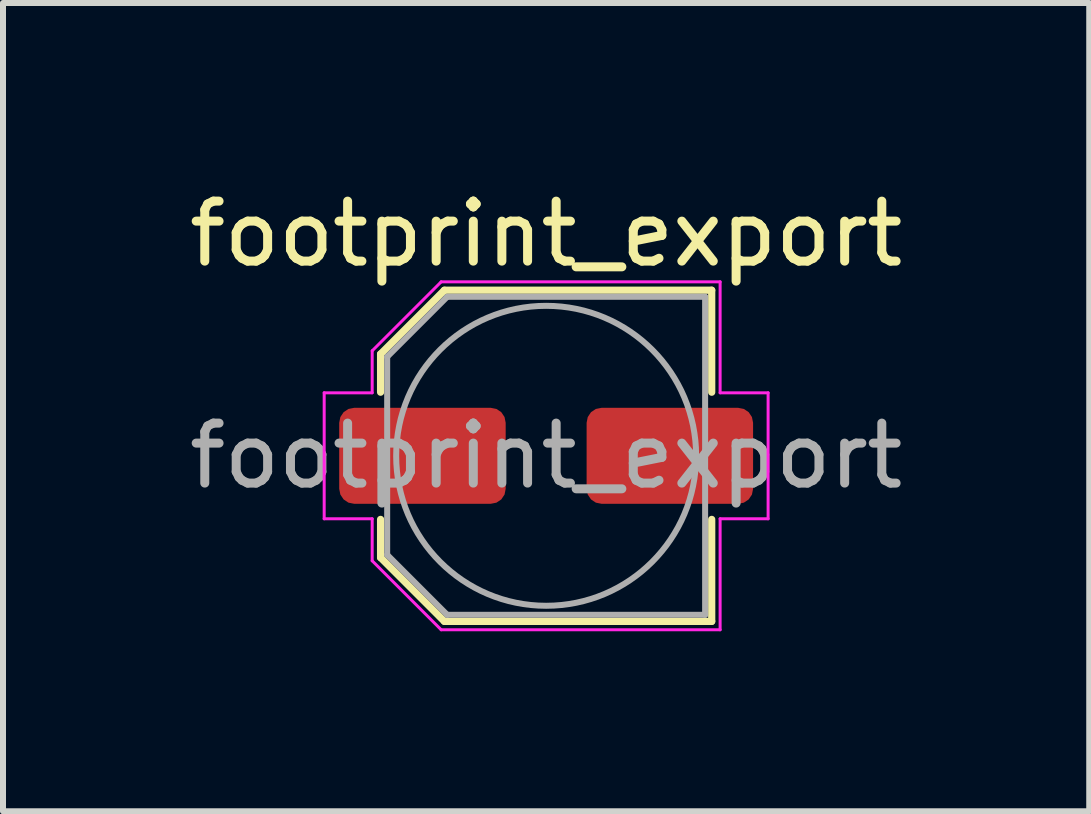
<source format=kicad_pcb>
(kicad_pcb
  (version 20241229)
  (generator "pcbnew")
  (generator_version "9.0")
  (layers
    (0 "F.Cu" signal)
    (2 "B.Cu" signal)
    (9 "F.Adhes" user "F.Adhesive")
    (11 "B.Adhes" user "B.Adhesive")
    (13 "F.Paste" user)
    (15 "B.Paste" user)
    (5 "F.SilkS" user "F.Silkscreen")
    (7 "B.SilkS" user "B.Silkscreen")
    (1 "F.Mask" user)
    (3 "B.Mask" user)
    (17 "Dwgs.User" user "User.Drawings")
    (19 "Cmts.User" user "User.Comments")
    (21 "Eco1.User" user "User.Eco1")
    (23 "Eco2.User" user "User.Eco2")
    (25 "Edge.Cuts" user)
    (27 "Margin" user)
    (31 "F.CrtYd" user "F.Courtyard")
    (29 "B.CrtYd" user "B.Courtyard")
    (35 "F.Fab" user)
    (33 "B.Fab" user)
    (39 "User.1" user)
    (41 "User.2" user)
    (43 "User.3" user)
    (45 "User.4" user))
  (footprint "footprint_export"
    (layer "F.Cu")
    (at 6.054 4.548)
    (property "Reference" "footprint_export" (at 0 -3.7 0) (layer "F.SilkS") (effects (font (size 1 1) (thickness 0.15))))
    (attr smd)
    (fp_line (start -2.76 -1.696) (end -2.76 -1.06) (stroke (width 0.12) (type solid)) (layer "F.SilkS"))
    (fp_line (start -2.76 -1.696) (end -1.696 -2.76) (stroke (width 0.12) (type solid)) (layer "F.SilkS"))
    (fp_line (start -2.76 1.696) (end -2.76 1.06) (stroke (width 0.12) (type solid)) (layer "F.SilkS"))
    (fp_line (start -2.76 1.696) (end -1.696 2.76) (stroke (width 0.12) (type solid)) (layer "F.SilkS"))
    (fp_line (start -1.696 -2.76) (end 2.76 -2.76) (stroke (width 0.12) (type solid)) (layer "F.SilkS"))
    (fp_line (start -1.696 2.76) (end 2.76 2.76) (stroke (width 0.12) (type solid)) (layer "F.SilkS"))
    (fp_line (start 2.76 -2.76) (end 2.76 -1.06) (stroke (width 0.12) (type solid)) (layer "F.SilkS"))
    (fp_line (start 2.76 2.76) (end 2.76 1.06) (stroke (width 0.12) (type solid)) (layer "F.SilkS"))
    (fp_line (start -3.7 -1.05) (end -3.7 1.05) (stroke (width 0.05) (type solid)) (layer "F.CrtYd"))
    (fp_line (start -3.7 1.05) (end -2.9 1.05) (stroke (width 0.05) (type solid)) (layer "F.CrtYd"))
    (fp_line (start -2.9 -1.75) (end -2.9 -1.05) (stroke (width 0.05) (type solid)) (layer "F.CrtYd"))
    (fp_line (start -2.9 -1.75) (end -1.75 -2.9) (stroke (width 0.05) (type solid)) (layer "F.CrtYd"))
    (fp_line (start -2.9 -1.05) (end -3.7 -1.05) (stroke (width 0.05) (type solid)) (layer "F.CrtYd"))
    (fp_line (start -2.9 1.05) (end -2.9 1.75) (stroke (width 0.05) (type solid)) (layer "F.CrtYd"))
    (fp_line (start -2.9 1.75) (end -1.75 2.9) (stroke (width 0.05) (type solid)) (layer "F.CrtYd"))
    (fp_line (start -1.75 -2.9) (end 2.9 -2.9) (stroke (width 0.05) (type solid)) (layer "F.CrtYd"))
    (fp_line (start -1.75 2.9) (end 2.9 2.9) (stroke (width 0.05) (type solid)) (layer "F.CrtYd"))
    (fp_line (start 2.9 -2.9) (end 2.9 -1.05) (stroke (width 0.05) (type solid)) (layer "F.CrtYd"))
    (fp_line (start 2.9 -1.05) (end 3.7 -1.05) (stroke (width 0.05) (type solid)) (layer "F.CrtYd"))
    (fp_line (start 2.9 1.05) (end 2.9 2.9) (stroke (width 0.05) (type solid)) (layer "F.CrtYd"))
    (fp_line (start 3.7 -1.05) (end 3.7 1.05) (stroke (width 0.05) (type solid)) (layer "F.CrtYd"))
    (fp_line (start 3.7 1.05) (end 2.9 1.05) (stroke (width 0.05) (type solid)) (layer "F.CrtYd"))
    (fp_line (start -2.65 -1.65) (end -2.65 1.65) (stroke (width 0.1) (type solid)) (layer "F.Fab"))
    (fp_line (start -2.65 -1.65) (end -1.65 -2.65) (stroke (width 0.1) (type solid)) (layer "F.Fab"))
    (fp_line (start -2.65 1.65) (end -1.65 2.65) (stroke (width 0.1) (type solid)) (layer "F.Fab"))
    (fp_line (start -1.65 -2.65) (end 2.65 -2.65) (stroke (width 0.1) (type solid)) (layer "F.Fab"))
    (fp_line (start -1.65 2.65) (end 2.65 2.65) (stroke (width 0.1) (type solid)) (layer "F.Fab"))
    (fp_line (start 2.65 -2.65) (end 2.65 2.65) (stroke (width 0.1) (type solid)) (layer "F.Fab"))
    (fp_circle (center 0 0) (end 2.5 0) (stroke (width 0.1) (type solid)) (fill no) (layer "F.Fab"))
    (fp_text user "${REFERENCE}" (at 0 0 0) (layer "F.Fab") (effects (font (size 1 1) (thickness 0.15))))
    (pad "1" smd roundrect (at -2.062 0) (size 2.775 1.6) (layers "F.Cu" "F.Mask" "F.Paste") (roundrect_rratio 0.156))
    (pad "2" smd roundrect (at 2.062 0) (size 2.775 1.6) (layers "F.Cu" "F.Mask" "F.Paste") (roundrect_rratio 0.156)))
  (gr_rect
    (start -3 -3)
    (end 15.107 10.473)
    (stroke (width 0.1) (type default))
    (fill no)
    (layer "Edge.Cuts")))
</source>
